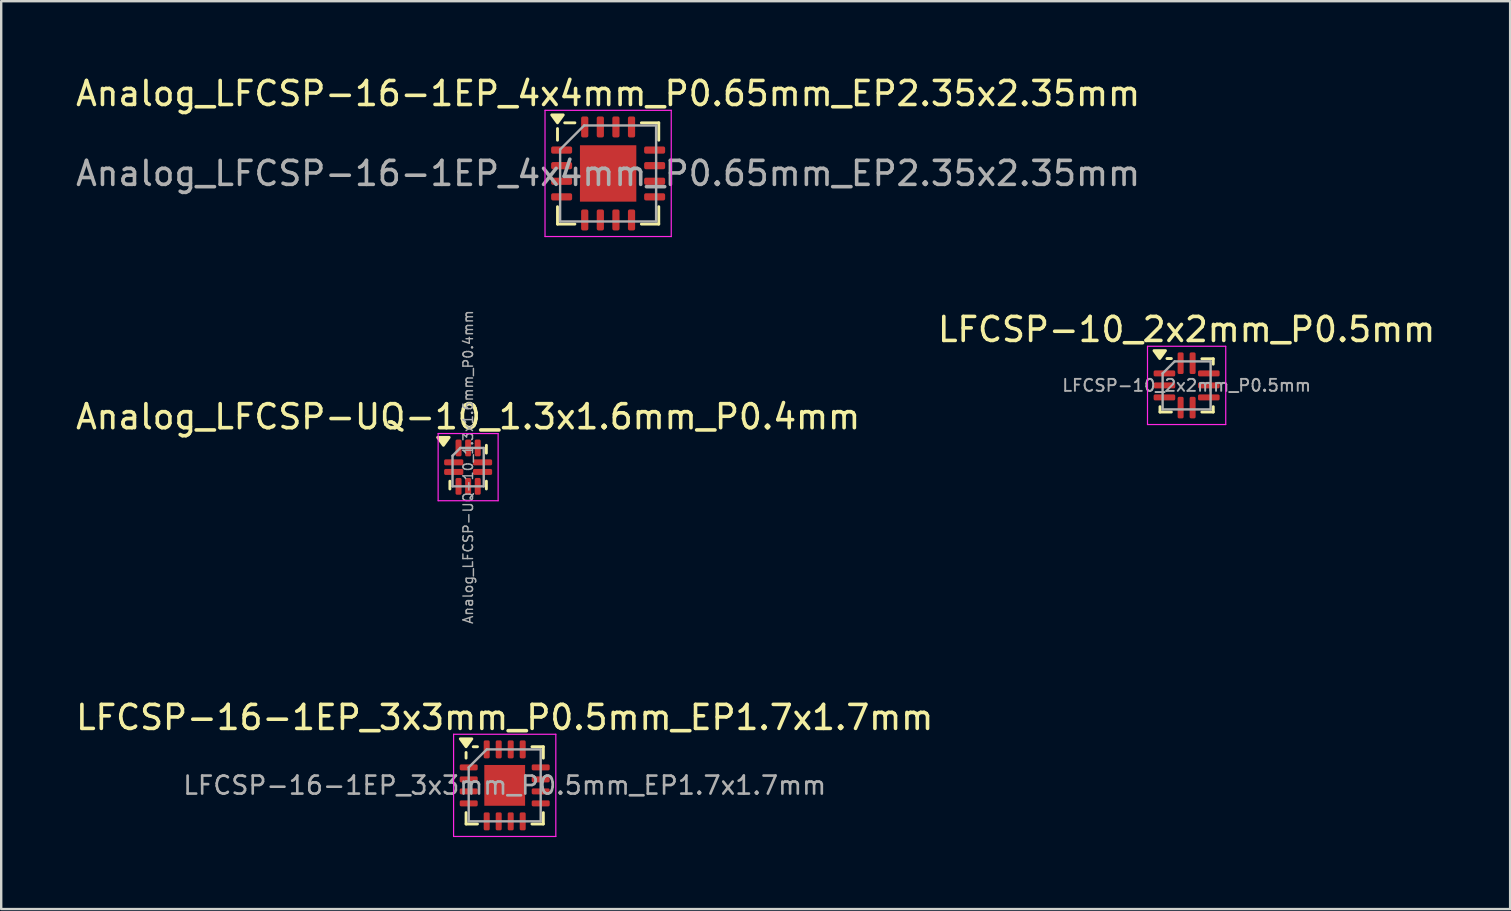
<source format=kicad_pcb>
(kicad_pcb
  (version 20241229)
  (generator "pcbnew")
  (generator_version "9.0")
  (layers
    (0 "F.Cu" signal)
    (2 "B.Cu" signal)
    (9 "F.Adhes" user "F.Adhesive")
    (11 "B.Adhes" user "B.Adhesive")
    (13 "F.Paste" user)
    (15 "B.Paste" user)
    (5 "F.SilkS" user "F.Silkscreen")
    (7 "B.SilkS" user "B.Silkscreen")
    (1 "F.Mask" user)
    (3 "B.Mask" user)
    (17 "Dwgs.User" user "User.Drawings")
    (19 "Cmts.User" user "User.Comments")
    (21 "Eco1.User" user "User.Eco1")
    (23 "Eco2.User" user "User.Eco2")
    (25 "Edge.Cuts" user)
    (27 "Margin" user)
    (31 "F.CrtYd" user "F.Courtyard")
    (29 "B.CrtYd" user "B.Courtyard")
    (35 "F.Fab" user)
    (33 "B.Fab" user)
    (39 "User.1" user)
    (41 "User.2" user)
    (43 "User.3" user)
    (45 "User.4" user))
  (footprint "Analog_LFCSP-16-1EP_4x4mm_P0.65mm_EP2.35x2.35mm"
    (layer "F.Cu")
    (at 22.292 4.178)
    (property "Reference" "Analog_LFCSP-16-1EP_4x4mm_P0.65mm_EP2.35x2.35mm" (at 0 -3.33 0) (layer "F.SilkS") (effects (font (size 1 1) (thickness 0.15))))
    (attr smd)
    (fp_line (start -2.11 -1.385) (end -2.11 -1.87) (stroke (width 0.12) (type solid)) (layer "F.SilkS"))
    (fp_line (start -2.11 2.11) (end -2.11 1.385) (stroke (width 0.12) (type solid)) (layer "F.SilkS"))
    (fp_line (start -1.385 -2.11) (end -1.81 -2.11) (stroke (width 0.12) (type solid)) (layer "F.SilkS"))
    (fp_line (start -1.385 2.11) (end -2.11 2.11) (stroke (width 0.12) (type solid)) (layer "F.SilkS"))
    (fp_line (start 1.385 -2.11) (end 2.11 -2.11) (stroke (width 0.12) (type solid)) (layer "F.SilkS"))
    (fp_line (start 1.385 2.11) (end 2.11 2.11) (stroke (width 0.12) (type solid)) (layer "F.SilkS"))
    (fp_line (start 2.11 -2.11) (end 2.11 -1.385) (stroke (width 0.12) (type solid)) (layer "F.SilkS"))
    (fp_line (start 2.11 2.11) (end 2.11 1.385) (stroke (width 0.12) (type solid)) (layer "F.SilkS"))
    (fp_poly (pts (xy -2.11 -2.11) (xy -2.35 -2.44) (xy -1.87 -2.44) (xy -2.11 -2.11)) (stroke (width 0.12) (type solid)) (fill yes) (layer "F.SilkS"))
    (fp_line (start -2.63 -2.63) (end -2.63 2.63) (stroke (width 0.05) (type solid)) (layer "F.CrtYd"))
    (fp_line (start -2.63 2.63) (end 2.63 2.63) (stroke (width 0.05) (type solid)) (layer "F.CrtYd"))
    (fp_line (start 2.63 -2.63) (end -2.63 -2.63) (stroke (width 0.05) (type solid)) (layer "F.CrtYd"))
    (fp_line (start 2.63 2.63) (end 2.63 -2.63) (stroke (width 0.05) (type solid)) (layer "F.CrtYd"))
    (fp_line (start -2 -1) (end -1 -2) (stroke (width 0.1) (type solid)) (layer "F.Fab"))
    (fp_line (start -2 2) (end -2 -1) (stroke (width 0.1) (type solid)) (layer "F.Fab"))
    (fp_line (start -1 -2) (end 2 -2) (stroke (width 0.1) (type solid)) (layer "F.Fab"))
    (fp_line (start 2 -2) (end 2 2) (stroke (width 0.1) (type solid)) (layer "F.Fab"))
    (fp_line (start 2 2) (end -2 2) (stroke (width 0.1) (type solid)) (layer "F.Fab"))
    (fp_text user "${REFERENCE}" (at 0 0 0) (layer "F.Fab") (effects (font (size 1 1) (thickness 0.15))))
    (pad "" smd roundrect (at -0.59 -0.59) (size 0.95 0.95) (layers "F.Paste") (roundrect_rratio 0.25))
    (pad "" smd roundrect (at -0.59 0.59) (size 0.95 0.95) (layers "F.Paste") (roundrect_rratio 0.25))
    (pad "" smd roundrect (at 0.59 -0.59) (size 0.95 0.95) (layers "F.Paste") (roundrect_rratio 0.25))
    (pad "" smd roundrect (at 0.59 0.59) (size 0.95 0.95) (layers "F.Paste") (roundrect_rratio 0.25))
    (pad "1" smd roundrect (at -1.938 -0.975) (size 0.875 0.3) (layers "F.Cu" "F.Mask" "F.Paste") (roundrect_rratio 0.25))
    (pad "2" smd roundrect (at -1.938 -0.325) (size 0.875 0.3) (layers "F.Cu" "F.Mask" "F.Paste") (roundrect_rratio 0.25))
    (pad "3" smd roundrect (at -1.938 0.325) (size 0.875 0.3) (layers "F.Cu" "F.Mask" "F.Paste") (roundrect_rratio 0.25))
    (pad "4" smd roundrect (at -1.938 0.975) (size 0.875 0.3) (layers "F.Cu" "F.Mask" "F.Paste") (roundrect_rratio 0.25))
    (pad "5" smd roundrect (at -0.975 1.938) (size 0.3 0.875) (layers "F.Cu" "F.Mask" "F.Paste") (roundrect_rratio 0.25))
    (pad "6" smd roundrect (at -0.325 1.938) (size 0.3 0.875) (layers "F.Cu" "F.Mask" "F.Paste") (roundrect_rratio 0.25))
    (pad "7" smd roundrect (at 0.325 1.938) (size 0.3 0.875) (layers "F.Cu" "F.Mask" "F.Paste") (roundrect_rratio 0.25))
    (pad "8" smd roundrect (at 0.975 1.938) (size 0.3 0.875) (layers "F.Cu" "F.Mask" "F.Paste") (roundrect_rratio 0.25))
    (pad "9" smd roundrect (at 1.938 0.975) (size 0.875 0.3) (layers "F.Cu" "F.Mask" "F.Paste") (roundrect_rratio 0.25))
    (pad "10" smd roundrect (at 1.938 0.325) (size 0.875 0.3) (layers "F.Cu" "F.Mask" "F.Paste") (roundrect_rratio 0.25))
    (pad "11" smd roundrect (at 1.938 -0.325) (size 0.875 0.3) (layers "F.Cu" "F.Mask" "F.Paste") (roundrect_rratio 0.25))
    (pad "12" smd roundrect (at 1.938 -0.975) (size 0.875 0.3) (layers "F.Cu" "F.Mask" "F.Paste") (roundrect_rratio 0.25))
    (pad "13" smd roundrect (at 0.975 -1.938) (size 0.3 0.875) (layers "F.Cu" "F.Mask" "F.Paste") (roundrect_rratio 0.25))
    (pad "14" smd roundrect (at 0.325 -1.938) (size 0.3 0.875) (layers "F.Cu" "F.Mask" "F.Paste") (roundrect_rratio 0.25))
    (pad "15" smd roundrect (at -0.325 -1.938) (size 0.3 0.875) (layers "F.Cu" "F.Mask" "F.Paste") (roundrect_rratio 0.25))
    (pad "16" smd roundrect (at -0.975 -1.938) (size 0.3 0.875) (layers "F.Cu" "F.Mask" "F.Paste") (roundrect_rratio 0.25))
    (pad "17" smd rect (at 0 0) (size 2.35 2.35) (property pad_prop_heatsink) (layers "F.Cu" "F.Mask")))
  (footprint "LFCSP-10_2x2mm_P0.5mm"
    (layer "F.Cu")
    (at 46.399 13.011)
    (property "Reference" "LFCSP-10_2x2mm_P0.5mm" (at 0 -2.33 0) (layer "F.SilkS") (effects (font (size 1 1) (thickness 0.15))))
    (attr smd)
    (fp_line (start -1.11 1.11) (end -1.11 0.885) (stroke (width 0.12) (type solid)) (layer "F.SilkS"))
    (fp_line (start -0.635 -1.12) (end -0.82 -1.12) (stroke (width 0.12) (type solid)) (layer "F.SilkS"))
    (fp_line (start -0.635 1.11) (end -1.11 1.11) (stroke (width 0.12) (type solid)) (layer "F.SilkS"))
    (fp_line (start 0.635 -1.11) (end 1.11 -1.11) (stroke (width 0.12) (type solid)) (layer "F.SilkS"))
    (fp_line (start 0.635 1.11) (end 1.11 1.11) (stroke (width 0.12) (type solid)) (layer "F.SilkS"))
    (fp_line (start 1.11 -1.11) (end 1.11 -0.885) (stroke (width 0.12) (type solid)) (layer "F.SilkS"))
    (fp_line (start 1.11 1.11) (end 1.11 0.885) (stroke (width 0.12) (type solid)) (layer "F.SilkS"))
    (fp_poly (pts (xy -1.12 -1.12) (xy -1.36 -1.45) (xy -0.88 -1.45) (xy -1.12 -1.12)) (stroke (width 0.12) (type solid)) (fill yes) (layer "F.SilkS"))
    (fp_line (start -1.63 -1.63) (end -1.63 1.63) (stroke (width 0.05) (type solid)) (layer "F.CrtYd"))
    (fp_line (start -1.63 1.63) (end 1.63 1.63) (stroke (width 0.05) (type solid)) (layer "F.CrtYd"))
    (fp_line (start 1.63 -1.63) (end -1.63 -1.63) (stroke (width 0.05) (type solid)) (layer "F.CrtYd"))
    (fp_line (start 1.63 1.63) (end 1.63 -1.63) (stroke (width 0.05) (type solid)) (layer "F.CrtYd"))
    (fp_line (start -1 -0.5) (end -0.5 -1) (stroke (width 0.1) (type solid)) (layer "F.Fab"))
    (fp_line (start -1 1) (end -1 -0.5) (stroke (width 0.1) (type solid)) (layer "F.Fab"))
    (fp_line (start -0.5 -1) (end 1 -1) (stroke (width 0.1) (type solid)) (layer "F.Fab"))
    (fp_line (start 1 -1) (end 1 1) (stroke (width 0.1) (type solid)) (layer "F.Fab"))
    (fp_line (start 1 1) (end -1 1) (stroke (width 0.1) (type solid)) (layer "F.Fab"))
    (fp_text user "${REFERENCE}" (at 0 0 0) (layer "F.Fab") (effects (font (size 0.5 0.5) (thickness 0.08))))
    (pad "1" smd roundrect (at -0.925 -0.5) (size 0.9 0.25) (layers "F.Cu" "F.Mask" "F.Paste") (roundrect_rratio 0.25))
    (pad "2" smd roundrect (at -0.925 0) (size 0.9 0.25) (layers "F.Cu" "F.Mask" "F.Paste") (roundrect_rratio 0.25))
    (pad "3" smd roundrect (at -0.925 0.5) (size 0.9 0.25) (layers "F.Cu" "F.Mask" "F.Paste") (roundrect_rratio 0.25))
    (pad "4" smd roundrect (at -0.25 0.925) (size 0.25 0.9) (layers "F.Cu" "F.Mask" "F.Paste") (roundrect_rratio 0.25))
    (pad "5" smd roundrect (at 0.25 0.925) (size 0.25 0.9) (layers "F.Cu" "F.Mask" "F.Paste") (roundrect_rratio 0.25))
    (pad "6" smd roundrect (at 0.925 0.5) (size 0.9 0.25) (layers "F.Cu" "F.Mask" "F.Paste") (roundrect_rratio 0.25))
    (pad "7" smd roundrect (at 0.925 0) (size 0.9 0.25) (layers "F.Cu" "F.Mask" "F.Paste") (roundrect_rratio 0.25))
    (pad "8" smd roundrect (at 0.925 -0.5) (size 0.9 0.25) (layers "F.Cu" "F.Mask" "F.Paste") (roundrect_rratio 0.25))
    (pad "9" smd roundrect (at 0.25 -0.925) (size 0.25 0.9) (layers "F.Cu" "F.Mask" "F.Paste") (roundrect_rratio 0.25))
    (pad "10" smd roundrect (at -0.25 -0.925) (size 0.25 0.9) (layers "F.Cu" "F.Mask" "F.Paste") (roundrect_rratio 0.25)))
  (footprint "Analog_LFCSP-UQ-10_1.3x1.6mm_P0.4mm"
    (layer "F.Cu")
    (at 16.458 16.417)
    (property "Reference" "Analog_LFCSP-UQ-10_1.3x1.6mm_P0.4mm" (at 0 -2.1 0) (layer "F.SilkS") (effects (font (size 1 1) (thickness 0.15))))
    (attr smd)
    (fp_line (start -0.76 0.91) (end -0.76 0.585) (stroke (width 0.12) (type solid)) (layer "F.SilkS"))
    (fp_line (start 0.76 -0.91) (end 0.76 -0.585) (stroke (width 0.12) (type solid)) (layer "F.SilkS"))
    (fp_line (start 0.76 0.91) (end 0.76 0.585) (stroke (width 0.12) (type solid)) (layer "F.SilkS"))
    (fp_poly (pts (xy -1.03 -0.91) (xy -1.27 -1.24) (xy -0.79 -1.24) (xy -1.03 -0.91)) (stroke (width 0.12) (type solid)) (fill yes) (layer "F.SilkS"))
    (fp_line (start -1.25 -1.4) (end -1.25 1.4) (stroke (width 0.05) (type solid)) (layer "F.CrtYd"))
    (fp_line (start -1.25 1.4) (end 1.25 1.4) (stroke (width 0.05) (type solid)) (layer "F.CrtYd"))
    (fp_line (start 1.25 -1.4) (end -1.25 -1.4) (stroke (width 0.05) (type solid)) (layer "F.CrtYd"))
    (fp_line (start 1.25 1.4) (end 1.25 -1.4) (stroke (width 0.05) (type solid)) (layer "F.CrtYd"))
    (fp_line (start -0.65 -0.475) (end -0.325 -0.8) (stroke (width 0.1) (type solid)) (layer "F.Fab"))
    (fp_line (start -0.65 0.8) (end -0.65 -0.475) (stroke (width 0.1) (type solid)) (layer "F.Fab"))
    (fp_line (start -0.325 -0.8) (end 0.65 -0.8) (stroke (width 0.1) (type solid)) (layer "F.Fab"))
    (fp_line (start 0.65 -0.8) (end 0.65 0.8) (stroke (width 0.1) (type solid)) (layer "F.Fab"))
    (fp_line (start 0.65 0.8) (end -0.65 0.8) (stroke (width 0.1) (type solid)) (layer "F.Fab"))
    (fp_text user "${REFERENCE}" (at 0 0 90) (layer "F.Fab") (effects (font (size 0.4 0.4) (thickness 0.06))))
    (pad "1" smd roundrect (at -0.4 -0.8) (size 0.25 0.7) (layers "F.Cu" "F.Mask" "F.Paste") (roundrect_rratio 0.25))
    (pad "2" smd roundrect (at -0.6 -0.2) (size 0.8 0.25) (layers "F.Cu" "F.Mask" "F.Paste") (roundrect_rratio 0.25))
    (pad "3" smd roundrect (at -0.6 0.2) (size 0.8 0.25) (layers "F.Cu" "F.Mask" "F.Paste") (roundrect_rratio 0.25))
    (pad "4" smd roundrect (at -0.4 0.8) (size 0.25 0.7) (layers "F.Cu" "F.Mask" "F.Paste") (roundrect_rratio 0.25))
    (pad "5" smd roundrect (at 0 0.8) (size 0.25 0.7) (layers "F.Cu" "F.Mask" "F.Paste") (roundrect_rratio 0.25))
    (pad "6" smd roundrect (at 0.4 0.8) (size 0.25 0.7) (layers "F.Cu" "F.Mask" "F.Paste") (roundrect_rratio 0.25))
    (pad "7" smd roundrect (at 0.6 0.2) (size 0.8 0.25) (layers "F.Cu" "F.Mask" "F.Paste") (roundrect_rratio 0.25))
    (pad "8" smd roundrect (at 0.6 -0.2) (size 0.8 0.25) (layers "F.Cu" "F.Mask" "F.Paste") (roundrect_rratio 0.25))
    (pad "9" smd roundrect (at 0.4 -0.8) (size 0.25 0.7) (layers "F.Cu" "F.Mask" "F.Paste") (roundrect_rratio 0.25))
    (pad "10" smd roundrect (at 0 -0.8) (size 0.25 0.7) (layers "F.Cu" "F.Mask" "F.Paste") (roundrect_rratio 0.25)))
  (footprint "LFCSP-16-1EP_3x3mm_P0.5mm_EP1.7x1.7mm"
    (layer "F.Cu")
    (at 17.982 29.678)
    (property "Reference" "LFCSP-16-1EP_3x3mm_P0.5mm_EP1.7x1.7mm" (at 0 -2.83 0) (layer "F.SilkS") (effects (font (size 1 1) (thickness 0.15))))
    (attr smd)
    (fp_line (start -1.61 -1.135) (end -1.61 -1.37) (stroke (width 0.12) (type solid)) (layer "F.SilkS"))
    (fp_line (start -1.61 1.61) (end -1.61 1.135) (stroke (width 0.12) (type solid)) (layer "F.SilkS"))
    (fp_line (start -1.135 -1.61) (end -1.31 -1.61) (stroke (width 0.12) (type solid)) (layer "F.SilkS"))
    (fp_line (start -1.135 1.61) (end -1.61 1.61) (stroke (width 0.12) (type solid)) (layer "F.SilkS"))
    (fp_line (start 1.135 -1.61) (end 1.61 -1.61) (stroke (width 0.12) (type solid)) (layer "F.SilkS"))
    (fp_line (start 1.135 1.61) (end 1.61 1.61) (stroke (width 0.12) (type solid)) (layer "F.SilkS"))
    (fp_line (start 1.61 -1.61) (end 1.61 -1.135) (stroke (width 0.12) (type solid)) (layer "F.SilkS"))
    (fp_line (start 1.61 1.61) (end 1.61 1.135) (stroke (width 0.12) (type solid)) (layer "F.SilkS"))
    (fp_poly (pts (xy -1.61 -1.61) (xy -1.85 -1.94) (xy -1.37 -1.94) (xy -1.61 -1.61)) (stroke (width 0.12) (type solid)) (fill yes) (layer "F.SilkS"))
    (fp_line (start -2.13 -2.13) (end -2.13 2.13) (stroke (width 0.05) (type solid)) (layer "F.CrtYd"))
    (fp_line (start -2.13 2.13) (end 2.13 2.13) (stroke (width 0.05) (type solid)) (layer "F.CrtYd"))
    (fp_line (start 2.13 -2.13) (end -2.13 -2.13) (stroke (width 0.05) (type solid)) (layer "F.CrtYd"))
    (fp_line (start 2.13 2.13) (end 2.13 -2.13) (stroke (width 0.05) (type solid)) (layer "F.CrtYd"))
    (fp_line (start -1.5 -0.75) (end -0.75 -1.5) (stroke (width 0.1) (type solid)) (layer "F.Fab"))
    (fp_line (start -1.5 1.5) (end -1.5 -0.75) (stroke (width 0.1) (type solid)) (layer "F.Fab"))
    (fp_line (start -0.75 -1.5) (end 1.5 -1.5) (stroke (width 0.1) (type solid)) (layer "F.Fab"))
    (fp_line (start 1.5 -1.5) (end 1.5 1.5) (stroke (width 0.1) (type solid)) (layer "F.Fab"))
    (fp_line (start 1.5 1.5) (end -1.5 1.5) (stroke (width 0.1) (type solid)) (layer "F.Fab"))
    (fp_text user "${REFERENCE}" (at 0 0 0) (layer "F.Fab") (effects (font (size 0.75 0.75) (thickness 0.11))))
    (pad "" smd roundrect (at -0.425 -0.425) (size 0.69 0.69) (layers "F.Paste") (roundrect_rratio 0.25))
    (pad "" smd roundrect (at -0.425 0.425) (size 0.69 0.69) (layers "F.Paste") (roundrect_rratio 0.25))
    (pad "" smd roundrect (at 0.425 -0.425) (size 0.69 0.69) (layers "F.Paste") (roundrect_rratio 0.25))
    (pad "" smd roundrect (at 0.425 0.425) (size 0.69 0.69) (layers "F.Paste") (roundrect_rratio 0.25))
    (pad "1" smd roundrect (at -1.5 -0.75) (size 0.75 0.25) (layers "F.Cu" "F.Mask" "F.Paste") (roundrect_rratio 0.25))
    (pad "2" smd roundrect (at -1.5 -0.25) (size 0.75 0.25) (layers "F.Cu" "F.Mask" "F.Paste") (roundrect_rratio 0.25))
    (pad "3" smd roundrect (at -1.5 0.25) (size 0.75 0.25) (layers "F.Cu" "F.Mask" "F.Paste") (roundrect_rratio 0.25))
    (pad "4" smd roundrect (at -1.5 0.75) (size 0.75 0.25) (layers "F.Cu" "F.Mask" "F.Paste") (roundrect_rratio 0.25))
    (pad "5" smd roundrect (at -0.75 1.5) (size 0.25 0.75) (layers "F.Cu" "F.Mask" "F.Paste") (roundrect_rratio 0.25))
    (pad "6" smd roundrect (at -0.25 1.5) (size 0.25 0.75) (layers "F.Cu" "F.Mask" "F.Paste") (roundrect_rratio 0.25))
    (pad "7" smd roundrect (at 0.25 1.5) (size 0.25 0.75) (layers "F.Cu" "F.Mask" "F.Paste") (roundrect_rratio 0.25))
    (pad "8" smd roundrect (at 0.75 1.5) (size 0.25 0.75) (layers "F.Cu" "F.Mask" "F.Paste") (roundrect_rratio 0.25))
    (pad "9" smd roundrect (at 1.5 0.75) (size 0.75 0.25) (layers "F.Cu" "F.Mask" "F.Paste") (roundrect_rratio 0.25))
    (pad "10" smd roundrect (at 1.5 0.25) (size 0.75 0.25) (layers "F.Cu" "F.Mask" "F.Paste") (roundrect_rratio 0.25))
    (pad "11" smd roundrect (at 1.5 -0.25) (size 0.75 0.25) (layers "F.Cu" "F.Mask" "F.Paste") (roundrect_rratio 0.25))
    (pad "12" smd roundrect (at 1.5 -0.75) (size 0.75 0.25) (layers "F.Cu" "F.Mask" "F.Paste") (roundrect_rratio 0.25))
    (pad "13" smd roundrect (at 0.75 -1.5) (size 0.25 0.75) (layers "F.Cu" "F.Mask" "F.Paste") (roundrect_rratio 0.25))
    (pad "14" smd roundrect (at 0.25 -1.5) (size 0.25 0.75) (layers "F.Cu" "F.Mask" "F.Paste") (roundrect_rratio 0.25))
    (pad "15" smd roundrect (at -0.25 -1.5) (size 0.25 0.75) (layers "F.Cu" "F.Mask" "F.Paste") (roundrect_rratio 0.25))
    (pad "16" smd roundrect (at -0.75 -1.5) (size 0.25 0.75) (layers "F.Cu" "F.Mask" "F.Paste") (roundrect_rratio 0.25))
    (pad "17" smd rect (at 0 0) (size 1.7 1.7) (property pad_prop_heatsink) (layers "F.Cu" "F.Mask")))
  (gr_rect
    (start -3 -3)
    (end 59.881 34.833)
    (stroke (width 0.1) (type default))
    (fill no)
    (layer "Edge.Cuts")))
</source>
